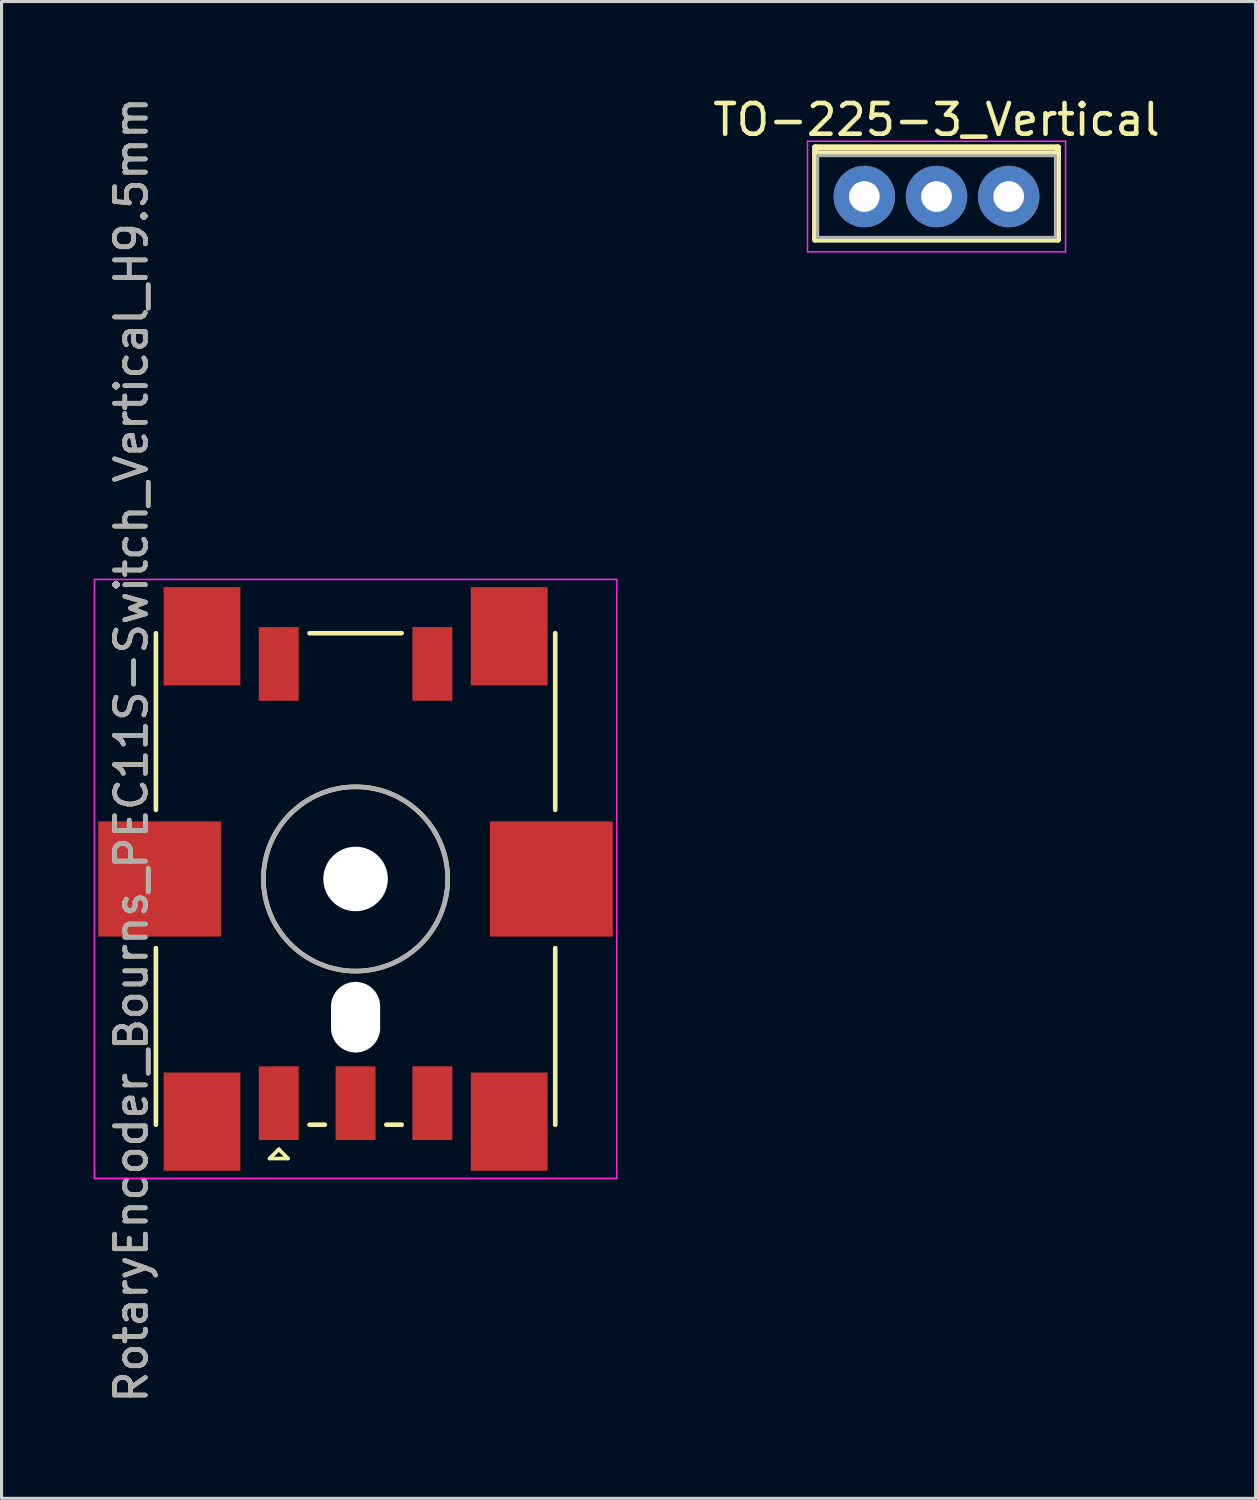
<source format=kicad_pcb>
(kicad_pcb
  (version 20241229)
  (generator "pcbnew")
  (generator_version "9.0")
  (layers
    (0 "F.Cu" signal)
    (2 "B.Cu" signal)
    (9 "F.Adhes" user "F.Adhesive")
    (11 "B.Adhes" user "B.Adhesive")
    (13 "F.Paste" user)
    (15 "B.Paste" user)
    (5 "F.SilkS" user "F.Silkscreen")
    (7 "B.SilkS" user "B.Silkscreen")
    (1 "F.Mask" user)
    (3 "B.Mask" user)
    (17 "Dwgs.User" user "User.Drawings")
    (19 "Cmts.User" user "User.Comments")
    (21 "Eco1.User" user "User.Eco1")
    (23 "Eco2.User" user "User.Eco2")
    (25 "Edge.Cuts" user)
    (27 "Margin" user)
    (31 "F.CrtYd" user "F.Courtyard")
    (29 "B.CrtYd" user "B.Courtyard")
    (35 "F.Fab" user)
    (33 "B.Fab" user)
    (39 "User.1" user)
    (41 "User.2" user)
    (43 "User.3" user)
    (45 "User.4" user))
  (footprint "RotaryEncoder_Bourns_PEC11S-Switch_Vertical_H9.5mm"
    (layer "F.Cu")
    (at 8.525 25.563)
    (property "Reference" "RotaryEncoder_Bourns_PEC11S-Switch_Vertical_H9.5mm" (at -7.3 -4.2 90) (layer "F.SilkS") (effects (font (size 1 1) (thickness 0.15))))
    (attr through_hole)
    (fp_line (start -6.5 -2.25) (end -6.5 -8) (stroke (width 0.15) (type solid)) (layer "F.SilkS"))
    (fp_line (start -6.5 2.25) (end -6.5 8) (stroke (width 0.15) (type solid)) (layer "F.SilkS"))
    (fp_line (start -2.8 9.1) (end -2.5 8.8) (stroke (width 0.12) (type solid)) (layer "F.SilkS"))
    (fp_line (start -2.5 8.8) (end -2.2 9.1) (stroke (width 0.12) (type solid)) (layer "F.SilkS"))
    (fp_line (start -2.2 9.1) (end -2.8 9.1) (stroke (width 0.12) (type solid)) (layer "F.SilkS"))
    (fp_line (start -1 8) (end -1.5 8) (stroke (width 0.15) (type solid)) (layer "F.SilkS"))
    (fp_line (start 1 8) (end 1.5 8) (stroke (width 0.15) (type solid)) (layer "F.SilkS"))
    (fp_line (start 1.5 -8) (end -1.5 -8) (stroke (width 0.15) (type solid)) (layer "F.SilkS"))
    (fp_line (start 6.5 -2.25) (end 6.5 -8) (stroke (width 0.15) (type solid)) (layer "F.SilkS"))
    (fp_line (start 6.5 2.25) (end 6.5 8) (stroke (width 0.15) (type solid)) (layer "F.SilkS"))
    (fp_circle (center 0 0) (end 3 0) (stroke (width 0.15) (type solid)) (fill no) (layer "F.SilkS"))
    (fp_line (start -8.5 -9.75) (end -8.5 9.75) (stroke (width 0.05) (type solid)) (layer "F.CrtYd"))
    (fp_line (start -8.5 -9.75) (end 8.5 -9.75) (stroke (width 0.05) (type solid)) (layer "F.CrtYd"))
    (fp_line (start 8.5 -9.75) (end 8.5 9.75) (stroke (width 0.05) (type solid)) (layer "F.CrtYd"))
    (fp_line (start 8.5 9.75) (end -8.5 9.75) (stroke (width 0.05) (type solid)) (layer "F.CrtYd"))
    (fp_circle (center 0 0) (end 3 0) (stroke (width 0.15) (type solid)) (fill no) (layer "F.Fab"))
    (fp_text user "${REFERENCE}" (at -7.3 -4.2 90) (layer "F.Fab") (effects (font (size 1 1) (thickness 0.15))))
    (pad "" np_thru_hole circle (at 0 0) (size 2.1 2.1) (drill 2.1) (layers "*.Cu" "*.Mask"))
    (pad "" np_thru_hole oval (at 0 4.5) (size 1.6 2.3) (drill oval 1.6 2.3) (layers "*.Cu" "*.Mask"))
    (pad "A" smd rect (at -2.5 7.3) (size 1.3 2.4) (layers "F.Cu" "F.Mask" "F.Paste"))
    (pad "B" smd rect (at 2.5 7.3) (size 1.3 2.4) (layers "F.Cu" "F.Mask" "F.Paste"))
    (pad "C" smd rect (at 0 7.3) (size 1.3 2.4) (layers "F.Cu" "F.Mask" "F.Paste"))
    (pad "MP" smd rect (at -6.375 0) (size 4 3.75) (layers "F.Cu" "F.Mask" "F.Paste"))
    (pad "MP" smd rect (at -5 -7.9) (size 2.5 3.2) (layers "F.Cu" "F.Mask" "F.Paste"))
    (pad "MP" smd rect (at -5 7.9) (size 2.5 3.2) (layers "F.Cu" "F.Mask" "F.Paste"))
    (pad "MP" smd rect (at 5 -7.9) (size 2.5 3.2) (layers "F.Cu" "F.Mask" "F.Paste"))
    (pad "MP" smd rect (at 5 7.9) (size 2.5 3.2) (layers "F.Cu" "F.Mask" "F.Paste"))
    (pad "MP" smd rect (at 6.375 0) (size 4 3.75) (layers "F.Cu" "F.Mask" "F.Paste"))
    (pad "S1" smd rect (at -2.5 -7) (size 1.3 2.4) (layers "F.Cu" "F.Mask" "F.Paste"))
    (pad "S2" smd rect (at 2.5 -7) (size 1.3 2.4) (layers "F.Cu" "F.Mask" "F.Paste")))
  (footprint "TO-225-3_Vertical"
    (layer "F.Cu")
    (at 27.437 3.348)
    (property "Reference" "TO-225-3_Vertical" (at 0 -2.5 0) (layer "F.SilkS") (effects (font (size 1 1) (thickness 0.15))))
    (attr through_hole)
    (fp_line (start -3.95 -1.6) (end -3.95 1.4) (stroke (width 0.2) (type solid)) (layer "F.SilkS"))
    (fp_line (start -3.95 -1.6) (end 3.95 -1.6) (stroke (width 0.2) (type solid)) (layer "F.SilkS"))
    (fp_line (start -3.95 -1.4) (end 3.95 -1.4) (stroke (width 0.2) (type solid)) (layer "F.SilkS"))
    (fp_line (start -3.95 1.4) (end 3.95 1.4) (stroke (width 0.2) (type solid)) (layer "F.SilkS"))
    (fp_line (start 3.95 -1.6) (end 3.95 1.4) (stroke (width 0.2) (type solid)) (layer "F.SilkS"))
    (fp_line (start -4.2 -1.8) (end 4.2 -1.8) (stroke (width 0.05) (type solid)) (layer "F.CrtYd"))
    (fp_line (start -4.2 1.8) (end -4.2 -1.8) (stroke (width 0.05) (type solid)) (layer "F.CrtYd"))
    (fp_line (start -4.2 1.8) (end 4.2 1.8) (stroke (width 0.05) (type solid)) (layer "F.CrtYd"))
    (fp_line (start 4.2 -1.8) (end 4.2 1.8) (stroke (width 0.05) (type solid)) (layer "F.CrtYd"))
    (fp_line (start -3.87 -1.33) (end 3.87 -1.33) (stroke (width 0.1) (type solid)) (layer "F.Fab"))
    (fp_line (start -3.87 1.33) (end -3.87 -1.33) (stroke (width 0.1) (type solid)) (layer "F.Fab"))
    (fp_line (start -3.87 1.33) (end 3.87 1.33) (stroke (width 0.1) (type solid)) (layer "F.Fab"))
    (fp_line (start 3.87 -1.33) (end 3.87 1.33) (stroke (width 0.1) (type solid)) (layer "F.Fab"))
    (pad "1" thru_hole circle (at -2.35 0) (size 2 2) (drill 1) (layers "*.Cu" "*.Mask"))
    (pad "2" thru_hole circle (at 0 0) (size 2 2) (drill 1) (layers "*.Cu" "*.Mask"))
    (pad "3" thru_hole circle (at 2.35 0) (size 2 2) (drill 1) (layers "*.Cu" "*.Mask")))
  (gr_rect
    (start -3 -3)
    (end 37.824 45.726)
    (stroke (width 0.1) (type default))
    (fill no)
    (layer "Edge.Cuts")))
</source>
